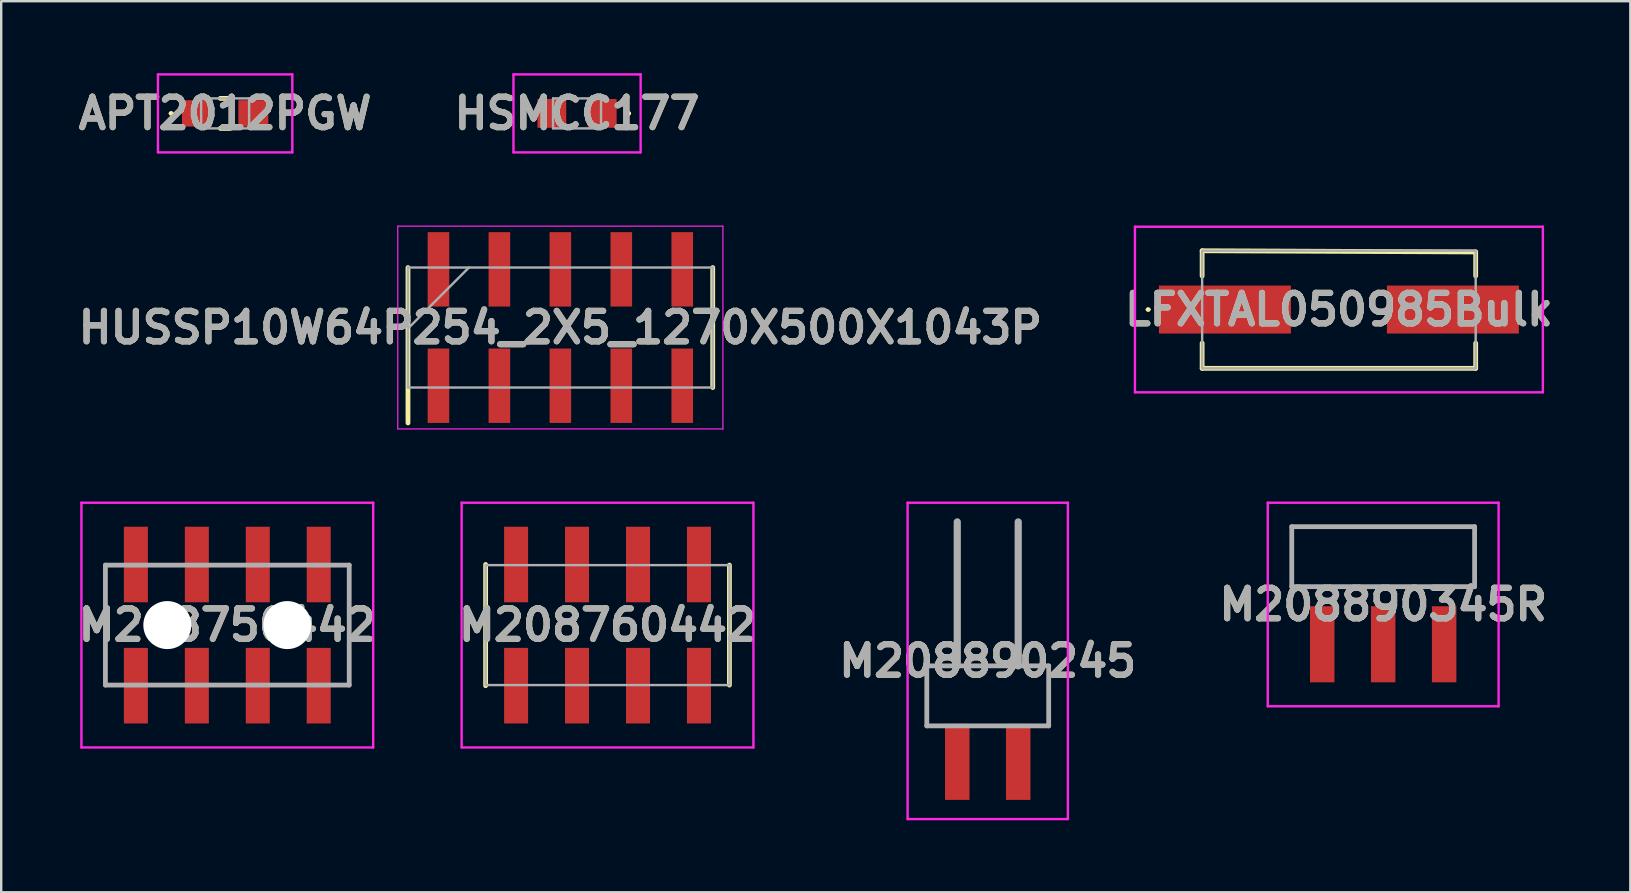
<source format=kicad_pcb>
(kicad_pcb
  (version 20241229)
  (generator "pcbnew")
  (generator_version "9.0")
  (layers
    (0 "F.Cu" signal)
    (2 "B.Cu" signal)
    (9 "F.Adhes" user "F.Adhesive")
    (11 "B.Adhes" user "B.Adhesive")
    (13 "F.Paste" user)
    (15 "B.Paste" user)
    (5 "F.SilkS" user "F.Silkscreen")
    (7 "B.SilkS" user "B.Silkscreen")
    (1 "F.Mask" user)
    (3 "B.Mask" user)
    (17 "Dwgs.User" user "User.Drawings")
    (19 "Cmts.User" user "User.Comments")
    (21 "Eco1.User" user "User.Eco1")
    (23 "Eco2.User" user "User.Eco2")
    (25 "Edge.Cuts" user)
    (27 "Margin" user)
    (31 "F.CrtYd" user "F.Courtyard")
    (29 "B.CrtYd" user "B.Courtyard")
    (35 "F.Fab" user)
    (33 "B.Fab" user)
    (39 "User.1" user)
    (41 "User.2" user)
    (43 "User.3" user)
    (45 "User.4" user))
  (footprint "HUSSP10W64P254_2X5_1270X500X1043P"
    (layer "F.Cu")
    (at 20.302 10.6)
    (property "Reference" "HUSSP10W64P254_2X5_1270X500X1043P" (at 0 0 0) (layer "F.SilkS") (effects (font (size 1.27 1.27) (thickness 0.254))))
    (attr smd)
    (fp_line (start -6.35 3.975) (end -6.35 -2.5) (stroke (width 0.2) (type solid)) (layer "F.SilkS"))
    (fp_line (start 6.35 2.5) (end 6.35 -2.5) (stroke (width 0.2) (type solid)) (layer "F.SilkS"))
    (fp_line (start -6.775 -4.225) (end 6.775 -4.225) (stroke (width 0.05) (type solid)) (layer "F.CrtYd"))
    (fp_line (start -6.775 4.225) (end -6.775 -4.225) (stroke (width 0.05) (type solid)) (layer "F.CrtYd"))
    (fp_line (start 6.775 -4.225) (end 6.775 4.225) (stroke (width 0.05) (type solid)) (layer "F.CrtYd"))
    (fp_line (start 6.775 4.225) (end -6.775 4.225) (stroke (width 0.05) (type solid)) (layer "F.CrtYd"))
    (fp_line (start -6.35 -2.5) (end 6.35 -2.5) (stroke (width 0.1) (type solid)) (layer "F.Fab"))
    (fp_line (start -6.35 0.04) (end -3.81 -2.5) (stroke (width 0.1) (type solid)) (layer "F.Fab"))
    (fp_line (start -6.35 2.5) (end -6.35 -2.5) (stroke (width 0.1) (type solid)) (layer "F.Fab"))
    (fp_line (start 6.35 -2.5) (end 6.35 2.5) (stroke (width 0.1) (type solid)) (layer "F.Fab"))
    (fp_line (start 6.35 2.5) (end -6.35 2.5) (stroke (width 0.1) (type solid)) (layer "F.Fab"))
    (fp_text user "${REFERENCE}" (at 0 0 0) (layer "F.Fab") (effects (font (size 1.27 1.27) (thickness 0.254))))
    (pad "1" smd rect (at -5.08 2.425) (size 0.9 3.1) (layers "F.Cu" "F.Mask" "F.Paste"))
    (pad "2" smd rect (at -5.08 -2.425) (size 0.9 3.1) (layers "F.Cu" "F.Mask" "F.Paste"))
    (pad "3" smd rect (at -2.54 2.425) (size 0.9 3.1) (layers "F.Cu" "F.Mask" "F.Paste"))
    (pad "4" smd rect (at -2.54 -2.425) (size 0.9 3.1) (layers "F.Cu" "F.Mask" "F.Paste"))
    (pad "5" smd rect (at 0 2.425) (size 0.9 3.1) (layers "F.Cu" "F.Mask" "F.Paste"))
    (pad "6" smd rect (at 0 -2.425) (size 0.9 3.1) (layers "F.Cu" "F.Mask" "F.Paste"))
    (pad "7" smd rect (at 2.54 2.425) (size 0.9 3.1) (layers "F.Cu" "F.Mask" "F.Paste"))
    (pad "8" smd rect (at 2.54 -2.425) (size 0.9 3.1) (layers "F.Cu" "F.Mask" "F.Paste"))
    (pad "9" smd rect (at 5.08 2.425) (size 0.9 3.1) (layers "F.Cu" "F.Mask" "F.Paste"))
    (pad "10" smd rect (at 5.08 -2.425) (size 0.9 3.1) (layers "F.Cu" "F.Mask" "F.Paste")))
  (footprint "APT2012PGW"
    (layer "F.Cu")
    (at 6.332 1.675)
    (property "Reference" "APT2012PGW" (at 0 0 0) (layer "F.SilkS") (effects (font (size 1.27 1.27) (thickness 0.254))))
    (attr smd)
    (fp_line (start -2.3 0) (end -2.3 0) (stroke (width 0.1) (type solid)) (layer "F.SilkS"))
    (fp_line (start -2.2 0) (end -2.2 0) (stroke (width 0.1) (type solid)) (layer "F.SilkS"))
    (fp_line (start -0.2 -0.625) (end 0.2 -0.625) (stroke (width 0.2) (type solid)) (layer "F.SilkS"))
    (fp_line (start -0.2 0.625) (end 0.2 0.625) (stroke (width 0.2) (type solid)) (layer "F.SilkS"))
    (fp_arc (start -2.3 0) (mid -2.25 -0.05) (end -2.2 0) (stroke (width 0.1) (type solid)) (layer "F.SilkS"))
    (fp_arc (start -2.2 0) (mid -2.25 0.05) (end -2.3 0) (stroke (width 0.1) (type solid)) (layer "F.SilkS"))
    (fp_line (start -2.8 -1.625) (end 2.8 -1.625) (stroke (width 0.1) (type solid)) (layer "F.CrtYd"))
    (fp_line (start -2.8 1.625) (end -2.8 -1.625) (stroke (width 0.1) (type solid)) (layer "F.CrtYd"))
    (fp_line (start 2.8 -1.625) (end 2.8 1.625) (stroke (width 0.1) (type solid)) (layer "F.CrtYd"))
    (fp_line (start 2.8 1.625) (end -2.8 1.625) (stroke (width 0.1) (type solid)) (layer "F.CrtYd"))
    (fp_line (start -1 -0.625) (end 1 -0.625) (stroke (width 0.1) (type solid)) (layer "F.Fab"))
    (fp_line (start -1 0.625) (end -1 -0.625) (stroke (width 0.1) (type solid)) (layer "F.Fab"))
    (fp_line (start 1 -0.625) (end 1 0.625) (stroke (width 0.1) (type solid)) (layer "F.Fab"))
    (fp_line (start 1 0.625) (end -1 0.625) (stroke (width 0.1) (type solid)) (layer "F.Fab"))
    (fp_text user "${REFERENCE}" (at 0 0 0) (layer "F.Fab") (effects (font (size 1.27 1.27) (thickness 0.254))))
    (pad "1" smd rect (at -1.175 0 90) (size 1.1 1.25) (layers "F.Cu" "F.Mask" "F.Paste"))
    (pad "2" smd rect (at 1.175 0 90) (size 1.1 1.25) (layers "F.Cu" "F.Mask" "F.Paste")))
  (footprint "M208760442"
    (layer "F.Cu")
    (at 22.268 23)
    (property "Reference" "M208760442" (at 0 0 0) (layer "F.SilkS") (effects (font (size 1.27 1.27) (thickness 0.254))))
    (attr smd)
    (fp_line (start -5.08 -2.525) (end -5.08 2.525) (stroke (width 0.2) (type solid)) (layer "F.SilkS"))
    (fp_line (start 5.08 2.5) (end 5.08 -2.5) (stroke (width 0.2) (type solid)) (layer "F.SilkS"))
    (fp_line (start -6.08 -5.1) (end 6.08 -5.1) (stroke (width 0.1) (type solid)) (layer "F.CrtYd"))
    (fp_line (start -6.08 5.1) (end -6.08 -5.1) (stroke (width 0.1) (type solid)) (layer "F.CrtYd"))
    (fp_line (start 6.08 -5.1) (end 6.08 5.1) (stroke (width 0.1) (type solid)) (layer "F.CrtYd"))
    (fp_line (start 6.08 5.1) (end -6.08 5.1) (stroke (width 0.1) (type solid)) (layer "F.CrtYd"))
    (fp_line (start -5.08 -2.5) (end 5.08 -2.5) (stroke (width 0.1) (type solid)) (layer "F.Fab"))
    (fp_line (start -5.08 2.5) (end -5.08 -2.5) (stroke (width 0.1) (type solid)) (layer "F.Fab"))
    (fp_line (start 5.08 -2.5) (end 5.08 2.5) (stroke (width 0.1) (type solid)) (layer "F.Fab"))
    (fp_line (start 5.08 2.5) (end -5.08 2.5) (stroke (width 0.1) (type solid)) (layer "F.Fab"))
    (fp_text user "${REFERENCE}" (at 0 0 0) (layer "F.Fab") (effects (font (size 1.27 1.27) (thickness 0.254))))
    (pad "1" smd rect (at -3.81 2.525) (size 1 3.15) (layers "F.Cu" "F.Mask" "F.Paste"))
    (pad "2" smd rect (at -3.81 -2.525) (size 1 3.15) (layers "F.Cu" "F.Mask" "F.Paste"))
    (pad "3" smd rect (at -1.27 2.525) (size 1 3.15) (layers "F.Cu" "F.Mask" "F.Paste"))
    (pad "4" smd rect (at -1.27 -2.525) (size 1 3.15) (layers "F.Cu" "F.Mask" "F.Paste"))
    (pad "5" smd rect (at 1.27 2.525) (size 1 3.15) (layers "F.Cu" "F.Mask" "F.Paste"))
    (pad "6" smd rect (at 1.27 -2.525) (size 1 3.15) (layers "F.Cu" "F.Mask" "F.Paste"))
    (pad "7" smd rect (at 3.81 2.525) (size 1 3.15) (layers "F.Cu" "F.Mask" "F.Paste"))
    (pad "8" smd rect (at 3.81 -2.525) (size 1 3.15) (layers "F.Cu" "F.Mask" "F.Paste")))
  (footprint "HSMCC177"
    (layer "F.Cu")
    (at 20.998 1.675)
    (property "Reference" "HSMCC177" (at 0 0 0) (layer "F.SilkS") (effects (font (size 1.27 1.27) (thickness 0.254))))
    (attr smd)
    (fp_line (start 2.1 0) (end 2.1 0) (stroke (width 0.1) (type solid)) (layer "F.SilkS"))
    (fp_line (start 2.2 0) (end 2.2 0) (stroke (width 0.1) (type solid)) (layer "F.SilkS"))
    (fp_arc (start 2.1 0) (mid 2.15 -0.05) (end 2.2 0) (stroke (width 0.1) (type solid)) (layer "F.SilkS"))
    (fp_arc (start 2.2 0) (mid 2.15 0.05) (end 2.1 0) (stroke (width 0.1) (type solid)) (layer "F.SilkS"))
    (fp_line (start -2.65 -1.625) (end 2.65 -1.625) (stroke (width 0.1) (type solid)) (layer "F.CrtYd"))
    (fp_line (start -2.65 1.625) (end -2.65 -1.625) (stroke (width 0.1) (type solid)) (layer "F.CrtYd"))
    (fp_line (start 2.65 -1.625) (end 2.65 1.625) (stroke (width 0.1) (type solid)) (layer "F.CrtYd"))
    (fp_line (start 2.65 1.625) (end -2.65 1.625) (stroke (width 0.1) (type solid)) (layer "F.CrtYd"))
    (fp_line (start -1 -0.625) (end -1 0.625) (stroke (width 0.1) (type solid)) (layer "F.Fab"))
    (fp_line (start -1 0.625) (end 1 0.625) (stroke (width 0.1) (type solid)) (layer "F.Fab"))
    (fp_line (start 1 -0.625) (end -1 -0.625) (stroke (width 0.1) (type solid)) (layer "F.Fab"))
    (fp_line (start 1 0.625) (end 1 -0.625) (stroke (width 0.1) (type solid)) (layer "F.Fab"))
    (fp_text user "${REFERENCE}" (at 0 0 0) (layer "F.Fab") (effects (font (size 1.27 1.27) (thickness 0.254))))
    (pad "1" smd rect (at 1.05 0 90) (size 1.2 1.2) (layers "F.Cu" "F.Mask" "F.Paste"))
    (pad "2" smd rect (at -1.05 0 90) (size 1.2 1.2) (layers "F.Cu" "F.Mask" "F.Paste")))
  (footprint "LFXTAL050985Bulk"
    (layer "F.Cu")
    (at 52.748 9.85)
    (property "Reference" "LFXTAL050985Bulk" (at 0 0 0) (layer "F.SilkS") (effects (font (size 1.27 1.27) (thickness 0.254))))
    (attr smd)
    (fp_line (start -8 0) (end -8 0) (stroke (width 0.1) (type solid)) (layer "F.SilkS"))
    (fp_line (start -7.9 0) (end -7.9 0) (stroke (width 0.1) (type solid)) (layer "F.SilkS"))
    (fp_line (start -5.7 -2.45) (end 5.7 -2.4) (stroke (width 0.2) (type solid)) (layer "F.SilkS"))
    (fp_line (start -5.7 -1.4) (end -5.7 -2.45) (stroke (width 0.2) (type solid)) (layer "F.SilkS"))
    (fp_line (start -5.7 2.45) (end -5.7 1.4) (stroke (width 0.2) (type solid)) (layer "F.SilkS"))
    (fp_line (start 5.7 -2.4) (end 5.7 -1.4) (stroke (width 0.2) (type solid)) (layer "F.SilkS"))
    (fp_line (start 5.7 1.4) (end 5.7 2.45) (stroke (width 0.2) (type solid)) (layer "F.SilkS"))
    (fp_line (start 5.7 2.45) (end -5.7 2.45) (stroke (width 0.2) (type solid)) (layer "F.SilkS"))
    (fp_arc (start -8 0) (mid -7.95 -0.05) (end -7.9 0) (stroke (width 0.1) (type solid)) (layer "F.SilkS"))
    (fp_arc (start -7.9 0) (mid -7.95 0.05) (end -8 0) (stroke (width 0.1) (type solid)) (layer "F.SilkS"))
    (fp_line (start -8.5 -3.45) (end 8.5 -3.45) (stroke (width 0.1) (type solid)) (layer "F.CrtYd"))
    (fp_line (start -8.5 3.45) (end -8.5 -3.45) (stroke (width 0.1) (type solid)) (layer "F.CrtYd"))
    (fp_line (start 8.5 -3.45) (end 8.5 3.45) (stroke (width 0.1) (type solid)) (layer "F.CrtYd"))
    (fp_line (start 8.5 3.45) (end -8.5 3.45) (stroke (width 0.1) (type solid)) (layer "F.CrtYd"))
    (fp_line (start -5.7 -2.45) (end -5.7 2.45) (stroke (width 0.1) (type solid)) (layer "F.Fab"))
    (fp_line (start -5.7 2.45) (end 5.7 2.45) (stroke (width 0.1) (type solid)) (layer "F.Fab"))
    (fp_line (start 5.7 -2.45) (end -5.7 -2.45) (stroke (width 0.1) (type solid)) (layer "F.Fab"))
    (fp_line (start 5.7 2.45) (end 5.7 -2.45) (stroke (width 0.1) (type solid)) (layer "F.Fab"))
    (fp_text user "${REFERENCE}" (at 0 0 0) (layer "F.Fab") (effects (font (size 1.27 1.27) (thickness 0.254))))
    (pad "1" smd rect (at -4.75 0 90) (size 2 5.5) (layers "F.Cu" "F.Mask" "F.Paste"))
    (pad "2" smd rect (at 4.75 0 90) (size 2 5.5) (layers "F.Cu" "F.Mask" "F.Paste")))
  (footprint "M208890345R"
    (layer "F.Cu")
    (at 54.593 22.142)
    (property "Reference" "M208890345R" (at 0 0 0) (layer "F.SilkS") (effects (font (size 1.27 1.27) (thickness 0.254))))
    (attr smd)
    (fp_line (start -3.81 -3.243) (end 3.81 -3.243) (stroke (width 0.1) (type solid)) (layer "F.SilkS"))
    (fp_line (start -3.81 -0.742) (end -3.81 -3.243) (stroke (width 0.1) (type solid)) (layer "F.SilkS"))
    (fp_line (start 3.81 -3.243) (end 3.81 -0.742) (stroke (width 0.1) (type solid)) (layer "F.SilkS"))
    (fp_line (start 3.81 -0.742) (end -3.81 -0.742) (stroke (width 0.1) (type solid)) (layer "F.SilkS"))
    (fp_line (start -4.81 -4.242) (end 4.81 -4.242) (stroke (width 0.1) (type solid)) (layer "F.CrtYd"))
    (fp_line (start -4.81 4.242) (end -4.81 -4.242) (stroke (width 0.1) (type solid)) (layer "F.CrtYd"))
    (fp_line (start 4.81 -4.242) (end 4.81 4.242) (stroke (width 0.1) (type solid)) (layer "F.CrtYd"))
    (fp_line (start 4.81 4.242) (end -4.81 4.242) (stroke (width 0.1) (type solid)) (layer "F.CrtYd"))
    (fp_line (start -3.81 -3.243) (end 3.81 -3.243) (stroke (width 0.2) (type solid)) (layer "F.Fab"))
    (fp_line (start -3.81 -0.742) (end -3.81 -3.243) (stroke (width 0.2) (type solid)) (layer "F.Fab"))
    (fp_line (start 3.81 -3.243) (end 3.81 -0.742) (stroke (width 0.2) (type solid)) (layer "F.Fab"))
    (fp_line (start 3.81 -0.742) (end -3.81 -0.742) (stroke (width 0.2) (type solid)) (layer "F.Fab"))
    (fp_text user "${REFERENCE}" (at 0 0 0) (layer "F.Fab") (effects (font (size 1.27 1.27) (thickness 0.254))))
    (pad "1" smd rect (at -2.54 1.658) (size 1.02 3.17) (layers "F.Cu" "F.Mask" "F.Paste"))
    (pad "2" smd rect (at 0 1.658) (size 1.02 3.17) (layers "F.Cu" "F.Mask" "F.Paste"))
    (pad "3" smd rect (at 2.54 1.658) (size 1.02 3.17) (layers "F.Cu" "F.Mask" "F.Paste")))
  (footprint "M208750442"
    (layer "F.Cu")
    (at 6.423 23)
    (property "Reference" "M208750442" (at 0 0 0) (layer "F.SilkS") (effects (font (size 1.27 1.27) (thickness 0.254))))
    (attr through_hole)
    (fp_line (start -5.08 -2.5) (end -5.08 2.525) (stroke (width 0.1) (type solid)) (layer "F.SilkS"))
    (fp_line (start 5.08 -2.5) (end 5.08 2.525) (stroke (width 0.1) (type solid)) (layer "F.SilkS"))
    (fp_line (start -6.08 -5.1) (end 6.08 -5.1) (stroke (width 0.1) (type solid)) (layer "F.CrtYd"))
    (fp_line (start -6.08 5.1) (end -6.08 -5.1) (stroke (width 0.1) (type solid)) (layer "F.CrtYd"))
    (fp_line (start 6.08 -5.1) (end 6.08 5.1) (stroke (width 0.1) (type solid)) (layer "F.CrtYd"))
    (fp_line (start 6.08 5.1) (end -6.08 5.1) (stroke (width 0.1) (type solid)) (layer "F.CrtYd"))
    (fp_line (start -5.08 -2.5) (end 5.08 -2.5) (stroke (width 0.2) (type solid)) (layer "F.Fab"))
    (fp_line (start -5.08 2.5) (end -5.08 -2.5) (stroke (width 0.2) (type solid)) (layer "F.Fab"))
    (fp_line (start 5.08 -2.5) (end 5.08 2.5) (stroke (width 0.2) (type solid)) (layer "F.Fab"))
    (fp_line (start 5.08 2.5) (end -5.08 2.5) (stroke (width 0.2) (type solid)) (layer "F.Fab"))
    (fp_text user "${REFERENCE}" (at 0 0 0) (layer "F.Fab") (effects (font (size 1.27 1.27) (thickness 0.254))))
    (pad "" np_thru_hole circle (at -2.5 0) (size 2 2) (drill 2) (layers "*.Cu" "*.Mask"))
    (pad "" np_thru_hole circle (at 2.5 0) (size 2 2) (drill 2) (layers "*.Cu" "*.Mask"))
    (pad "1" smd rect (at -3.81 2.525) (size 1 3.15) (layers "F.Cu" "F.Mask" "F.Paste"))
    (pad "2" smd rect (at -3.81 -2.525) (size 1 3.15) (layers "F.Cu" "F.Mask" "F.Paste"))
    (pad "3" smd rect (at -1.27 2.525) (size 1 3.15) (layers "F.Cu" "F.Mask" "F.Paste"))
    (pad "4" smd rect (at -1.27 -2.525) (size 1 3.15) (layers "F.Cu" "F.Mask" "F.Paste"))
    (pad "5" smd rect (at 1.27 2.525) (size 1 3.15) (layers "F.Cu" "F.Mask" "F.Paste"))
    (pad "6" smd rect (at 1.27 -2.525) (size 1 3.15) (layers "F.Cu" "F.Mask" "F.Paste"))
    (pad "7" smd rect (at 3.81 2.525) (size 1 3.15) (layers "F.Cu" "F.Mask" "F.Paste"))
    (pad "8" smd rect (at 3.81 -2.525) (size 1 3.15) (layers "F.Cu" "F.Mask" "F.Paste")))
  (footprint "M208890245"
    (layer "F.Cu")
    (at 38.113 23.7)
    (property "Reference" "M208890245" (at 0 0.793 0) (layer "F.SilkS") (effects (font (size 1.27 1.27) (thickness 0.254))))
    (attr smd)
    (fp_line (start -2.54 1) (end 2.54 1) (stroke (width 0.1) (type solid)) (layer "F.SilkS"))
    (fp_line (start -2.54 3.54) (end -2.54 1) (stroke (width 0.1) (type solid)) (layer "F.SilkS"))
    (fp_line (start 2.54 1) (end 2.54 3.54) (stroke (width 0.1) (type solid)) (layer "F.SilkS"))
    (fp_line (start -3.34 -5.8) (end 3.34 -5.8) (stroke (width 0.1) (type solid)) (layer "F.CrtYd"))
    (fp_line (start -3.34 7.385) (end -3.34 -5.8) (stroke (width 0.1) (type solid)) (layer "F.CrtYd"))
    (fp_line (start 3.34 -5.8) (end 3.34 7.385) (stroke (width 0.1) (type solid)) (layer "F.CrtYd"))
    (fp_line (start 3.34 7.385) (end -3.34 7.385) (stroke (width 0.1) (type solid)) (layer "F.CrtYd"))
    (fp_line (start -2.54 1) (end -2.54 3.5) (stroke (width 0.2) (type solid)) (layer "F.Fab"))
    (fp_line (start -2.54 3.5) (end 2.54 3.5) (stroke (width 0.2) (type solid)) (layer "F.Fab"))
    (fp_line (start -1.27 1) (end -1.27 -5) (stroke (width 0.3) (type solid)) (layer "F.Fab"))
    (fp_line (start 1.27 1) (end 1.27 -5) (stroke (width 0.3) (type solid)) (layer "F.Fab"))
    (fp_line (start 2.54 1) (end -2.54 1) (stroke (width 0.2) (type solid)) (layer "F.Fab"))
    (fp_line (start 2.54 3.5) (end 2.54 1) (stroke (width 0.2) (type solid)) (layer "F.Fab"))
    (fp_text user "${REFERENCE}" (at 0 0.793 0) (layer "F.Fab") (effects (font (size 1.27 1.27) (thickness 0.254))))
    (pad "1" smd rect (at -1.27 5) (size 1.02 3.17) (layers "F.Cu" "F.Mask" "F.Paste"))
    (pad "2" smd rect (at 1.27 5) (size 1.02 3.17) (layers "F.Cu" "F.Mask" "F.Paste")))
  (gr_rect
    (start -3 -3)
    (end 64.892 34.135)
    (stroke (width 0.1) (type default))
    (fill no)
    (layer "Edge.Cuts")))
</source>
